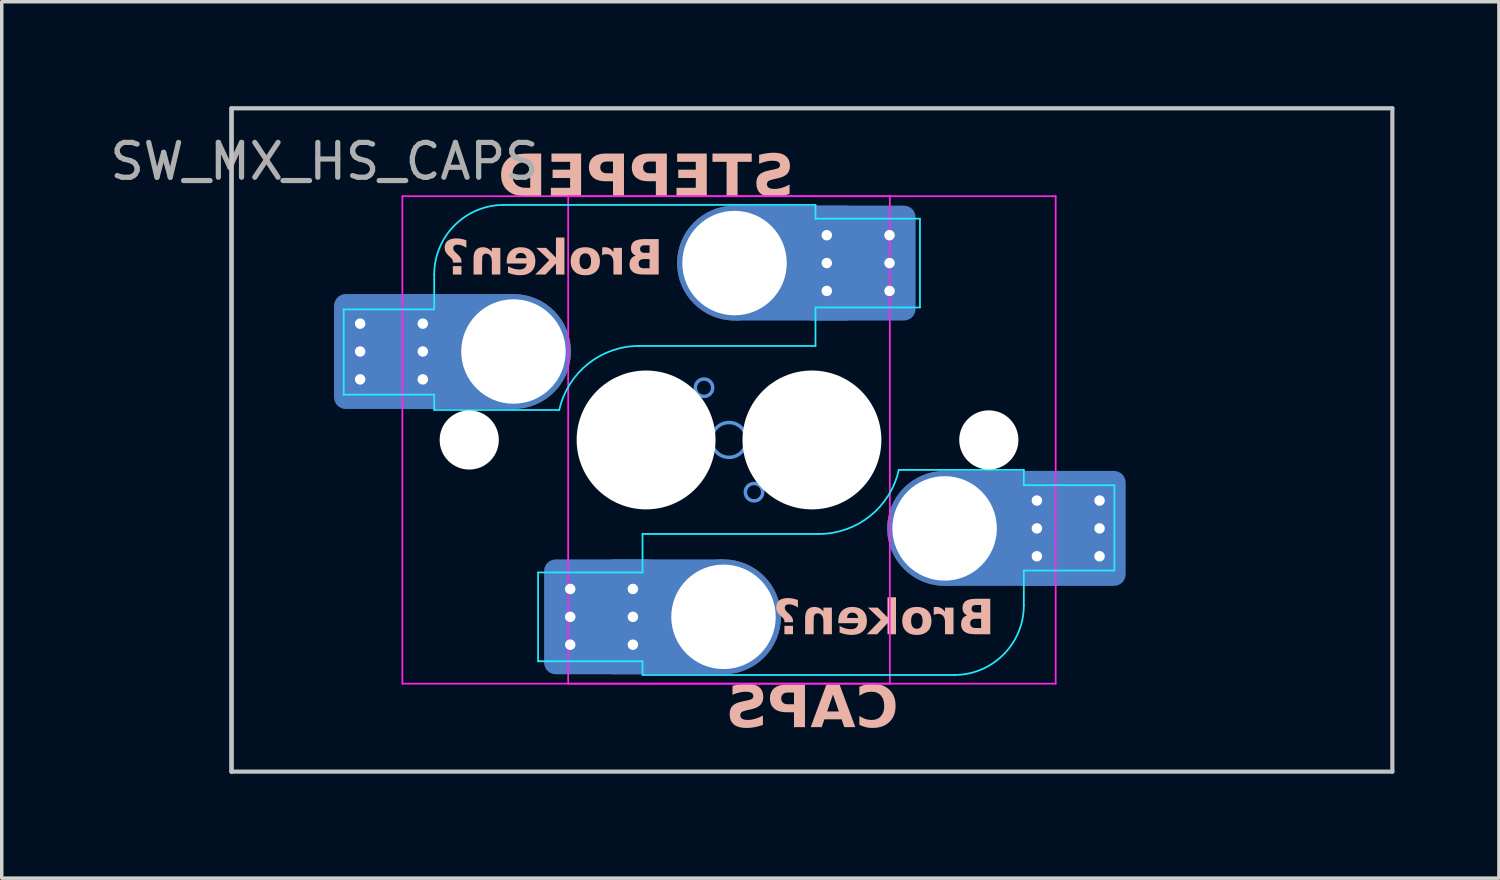
<source format=kicad_pcb>
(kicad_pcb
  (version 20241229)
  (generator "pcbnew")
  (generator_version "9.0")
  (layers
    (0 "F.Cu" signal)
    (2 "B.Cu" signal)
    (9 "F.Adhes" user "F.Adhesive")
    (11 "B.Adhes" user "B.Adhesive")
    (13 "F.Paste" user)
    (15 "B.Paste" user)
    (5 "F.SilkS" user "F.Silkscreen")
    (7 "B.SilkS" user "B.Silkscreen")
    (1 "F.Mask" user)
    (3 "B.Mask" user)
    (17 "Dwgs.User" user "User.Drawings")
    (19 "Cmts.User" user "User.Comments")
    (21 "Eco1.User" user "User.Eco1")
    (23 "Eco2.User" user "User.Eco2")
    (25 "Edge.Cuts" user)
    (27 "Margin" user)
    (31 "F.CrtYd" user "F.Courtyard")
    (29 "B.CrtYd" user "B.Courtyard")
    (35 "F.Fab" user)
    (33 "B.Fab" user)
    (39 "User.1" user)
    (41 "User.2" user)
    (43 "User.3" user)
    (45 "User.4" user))
  (footprint "SW_MX_HS_CAPS"
    (layer "F.Cu")
    (at 20.268 9.585)
    (property "Reference" "SW_MX_HS_CAPS" (at -14 -8 0) (layer "F.Fab") (effects (font (size 1 1) (thickness 0.15))))
    (attr smd)
    (fp_line (start -16.669 -9.525) (end -16.669 9.525) (stroke (width 0.12) (type solid)) (layer "Dwgs.User"))
    (fp_line (start -16.669 -9.525) (end -16.669 9.525) (stroke (width 0.12) (type solid)) (layer "Dwgs.User"))
    (fp_line (start -16.669 9.525) (end 16.669 9.525) (stroke (width 0.12) (type solid)) (layer "Dwgs.User"))
    (fp_line (start 16.669 -9.525) (end -16.669 -9.525) (stroke (width 0.12) (type solid)) (layer "Dwgs.User"))
    (fp_line (start 16.669 9.525) (end 16.669 -9.525) (stroke (width 0.12) (type solid)) (layer "Dwgs.User"))
    (fp_circle (center -3.1 -1.5) (end -3.35 -1.5) (stroke (width 0.1) (type default)) (fill no) (layer "Cmts.User"))
    (fp_circle (center -2.54 5.08) (end -2.54 4.58) (stroke (width 0.1) (type default)) (fill no) (layer "Cmts.User"))
    (fp_circle (center -2.381 0) (end -2.381 -0.5) (stroke (width 0.1) (type default)) (fill no) (layer "Cmts.User"))
    (fp_circle (center -1.663 1.5) (end -1.413 1.5) (stroke (width 0.1) (type default)) (fill no) (layer "Cmts.User"))
    (fp_circle (center 3.81 2.54) (end 3.81 2.04) (stroke (width 0.1) (type default)) (fill no) (layer "Cmts.User"))
    (fp_line (start -11.762 6.5) (end -11.762 -6.5) (stroke (width 0.05) (type solid)) (layer "Eco2.User"))
    (fp_line (start -11.262 -7) (end 1.738 -7) (stroke (width 0.05) (type solid)) (layer "Eco2.User"))
    (fp_line (start -7 6.5) (end -7 -6.5) (stroke (width 0.05) (type solid)) (layer "Eco2.User"))
    (fp_line (start -6.5 -7) (end 6.5 -7) (stroke (width 0.05) (type solid)) (layer "Eco2.User"))
    (fp_line (start 1.738 7) (end -11.262 7) (stroke (width 0.05) (type solid)) (layer "Eco2.User"))
    (fp_line (start 2.237 -6.5) (end 2.237 6.5) (stroke (width 0.05) (type solid)) (layer "Eco2.User"))
    (fp_line (start 6.5 7) (end -6.5 7) (stroke (width 0.05) (type solid)) (layer "Eco2.User"))
    (fp_line (start 7 -6.5) (end 7 6.5) (stroke (width 0.05) (type solid)) (layer "Eco2.User"))
    (fp_arc (start -11.7625 -6.5) (mid -11.616053 -6.853553) (end -11.2625 -7) (stroke (width 0.05) (type solid)) (layer "Eco2.User"))
    (fp_arc (start -11.2625 7) (mid -11.616053 6.853553) (end -11.7625 6.5) (stroke (width 0.05) (type solid)) (layer "Eco2.User"))
    (fp_arc (start -6.997236 -6.498884) (mid -6.850806 -6.852454) (end -6.497236 -6.998884) (stroke (width 0.05) (type solid)) (layer "Eco2.User"))
    (fp_arc (start -6.5 7) (mid -6.853553 6.853553) (end -7 6.5) (stroke (width 0.05) (type solid)) (layer "Eco2.User"))
    (fp_arc (start 1.7375 -7) (mid 2.091053 -6.853553) (end 2.2375 -6.5) (stroke (width 0.05) (type solid)) (layer "Eco2.User"))
    (fp_arc (start 2.234736 6.498884) (mid 2.088306 6.852455) (end 1.734736 6.998884) (stroke (width 0.05) (type solid)) (layer "Eco2.User"))
    (fp_arc (start 6.5 -7) (mid 6.853553 -6.853553) (end 7 -6.5) (stroke (width 0.05) (type solid)) (layer "Eco2.User"))
    (fp_arc (start 7 6.5) (mid 6.853553 6.853553) (end 6.5 7) (stroke (width 0.05) (type solid)) (layer "Eco2.User"))
    (fp_line (start -13.448 -3.75) (end -13.448 -1.3) (stroke (width 0.05) (type solid)) (layer "B.CrtYd"))
    (fp_line (start -13.448 -1.3) (end -10.848 -1.3) (stroke (width 0.05) (type solid)) (layer "B.CrtYd"))
    (fp_line (start -10.848 -3.75) (end -13.448 -3.75) (stroke (width 0.05) (type solid)) (layer "B.CrtYd"))
    (fp_line (start -10.848 -3.75) (end -10.848 -4.75) (stroke (width 0.05) (type solid)) (layer "B.CrtYd"))
    (fp_line (start -10.848 -1.3) (end -10.848 -0.86) (stroke (width 0.05) (type solid)) (layer "B.CrtYd"))
    (fp_line (start -10.848 -0.86) (end -7.257 -0.86) (stroke (width 0.05) (type solid)) (layer "B.CrtYd"))
    (fp_line (start -8.848 -6.75) (end 0.102 -6.75) (stroke (width 0.05) (type solid)) (layer "B.CrtYd"))
    (fp_line (start -7.865 3.805) (end -7.865 6.355) (stroke (width 0.05) (type solid)) (layer "B.CrtYd"))
    (fp_line (start -4.865 2.7) (end 0.2 2.7) (stroke (width 0.05) (type solid)) (layer "B.CrtYd"))
    (fp_line (start -4.865 3.805) (end -7.865 3.805) (stroke (width 0.05) (type solid)) (layer "B.CrtYd"))
    (fp_line (start -4.865 3.805) (end -4.865 2.7) (stroke (width 0.05) (type solid)) (layer "B.CrtYd"))
    (fp_line (start -4.865 6.355) (end -7.865 6.355) (stroke (width 0.05) (type solid)) (layer "B.CrtYd"))
    (fp_line (start -4.865 6.75) (end -4.865 6.355) (stroke (width 0.05) (type solid)) (layer "B.CrtYd"))
    (fp_line (start 0.102 -6.75) (end 0.102 -6.355) (stroke (width 0.05) (type solid)) (layer "B.CrtYd"))
    (fp_line (start 0.102 -6.355) (end 3.102 -6.355) (stroke (width 0.05) (type solid)) (layer "B.CrtYd"))
    (fp_line (start 0.102 -3.805) (end 0.102 -2.7) (stroke (width 0.05) (type solid)) (layer "B.CrtYd"))
    (fp_line (start 0.102 -3.805) (end 3.102 -3.805) (stroke (width 0.05) (type solid)) (layer "B.CrtYd"))
    (fp_line (start 0.102 -2.7) (end -4.963 -2.7) (stroke (width 0.05) (type solid)) (layer "B.CrtYd"))
    (fp_line (start 3.102 -3.805) (end 3.102 -6.355) (stroke (width 0.05) (type solid)) (layer "B.CrtYd"))
    (fp_line (start 4.085 6.75) (end -4.865 6.75) (stroke (width 0.05) (type solid)) (layer "B.CrtYd"))
    (fp_line (start 6.085 0.86) (end 2.494 0.86) (stroke (width 0.05) (type solid)) (layer "B.CrtYd"))
    (fp_line (start 6.085 1.3) (end 6.085 0.86) (stroke (width 0.05) (type solid)) (layer "B.CrtYd"))
    (fp_line (start 6.085 3.75) (end 6.085 4.75) (stroke (width 0.05) (type solid)) (layer "B.CrtYd"))
    (fp_line (start 6.085 3.75) (end 8.685 3.75) (stroke (width 0.05) (type solid)) (layer "B.CrtYd"))
    (fp_line (start 8.685 1.3) (end 6.085 1.3) (stroke (width 0.05) (type solid)) (layer "B.CrtYd"))
    (fp_line (start 8.685 3.75) (end 8.685 1.3) (stroke (width 0.05) (type solid)) (layer "B.CrtYd"))
    (fp_arc (start -10.847676 -4.75022) (mid -10.26189 -6.164434) (end -8.847676 -6.75022) (stroke (width 0.05) (type solid)) (layer "B.CrtYd"))
    (fp_arc (start -7.256822 -0.86022) (mid -6.433003 -2.183399) (end -4.9625 -2.70022) (stroke (width 0.05) (type solid)) (layer "B.CrtYd"))
    (fp_arc (start 2.494322 0.86022) (mid 1.670503 2.183399) (end 0.2 2.70022) (stroke (width 0.05) (type solid)) (layer "B.CrtYd"))
    (fp_arc (start 6.085176 4.75022) (mid 5.49939 6.164434) (end 4.085176 6.75022) (stroke (width 0.05) (type solid)) (layer "B.CrtYd"))
    (fp_line (start -11.762 -7) (end -11.762 7) (stroke (width 0.05) (type solid)) (layer "F.CrtYd"))
    (fp_line (start -11.762 7) (end 2.237 7) (stroke (width 0.05) (type solid)) (layer "F.CrtYd"))
    (fp_line (start -7 -7) (end -7 7) (stroke (width 0.05) (type solid)) (layer "F.CrtYd"))
    (fp_line (start -7 7) (end 7 7) (stroke (width 0.05) (type solid)) (layer "F.CrtYd"))
    (fp_line (start 2.237 -7) (end -11.762 -7) (stroke (width 0.05) (type solid)) (layer "F.CrtYd"))
    (fp_line (start 2.237 7) (end 2.237 -7) (stroke (width 0.05) (type solid)) (layer "F.CrtYd"))
    (fp_line (start 7 -7) (end -7 -7) (stroke (width 0.05) (type solid)) (layer "F.CrtYd"))
    (fp_line (start 7 7) (end 7 -7) (stroke (width 0.05) (type solid)) (layer "F.CrtYd"))
    (fp_text user "CAPS" (at 0 7.75 0) (layer "B.SilkS") (effects (font (face "Hitmo2.0") (size 1.2 1.2) (thickness 0.24) (bold yes)) (justify mirror)))
    (fp_text user "Broken?" (at -4.272 -4.58 0) (unlocked yes) (layer "B.SilkS") (effects (font (face "Hitmo2.0") (size 1 1) (thickness 0.25) (bold yes)) (justify left bottom mirror)))
    (fp_text user "Broken?" (at 5.25 5.75 0) (unlocked yes) (layer "B.SilkS") (effects (font (face "Hitmo2.0") (size 1 1) (thickness 0.25) (bold yes)) (justify left bottom mirror)))
    (fp_text user "STEPPED" (at -4.763 -7.5 0) (layer "B.SilkS") (effects (font (face "Hitmo2.0") (size 1.2 1.2) (thickness 0.24) (bold yes)) (justify mirror)))
    (pad "" np_thru_hole circle (at -9.842 0) (size 1.7 1.7) (drill 1.7) (layers "*.Cu" "*.Mask"))
    (pad "" np_thru_hole circle (at -4.763 0) (size 3.988 3.988) (drill 3.988) (layers "*.Cu" "*.Mask"))
    (pad "" np_thru_hole circle (at 0 0 180) (size 3.988 3.988) (drill 3.988) (layers "*.Cu" "*.Mask"))
    (pad "" np_thru_hole circle (at 5.08 0 180) (size 1.7 1.7) (drill 1.7) (layers "*.Cu" "*.Mask"))
    (pad "1" thru_hole circle (at -12.975 -3.34 180) (size 0.6 0.6) (drill 0.3) (layers "*.Cu"))
    (pad "1" thru_hole circle (at -12.975 -2.54 180) (size 0.6 0.6) (drill 0.3) (layers "*.Cu"))
    (pad "1" thru_hole circle (at -12.975 -1.74 180) (size 0.6 0.6) (drill 0.3) (layers "*.Cu"))
    (pad "1" smd roundrect (at -12.325 -2.54 180) (size 2.5 3) (layers "B.Cu" "B.Mask" "B.Paste") (roundrect_rratio 0.1))
    (pad "1" smd roundrect (at -12.075 -2.54 180) (size 3.3 3.3) (layers "B.Cu") (roundrect_rratio 0.1))
    (pad "1" thru_hole circle (at -11.175 -3.34 180) (size 0.6 0.6) (drill 0.3) (layers "*.Cu"))
    (pad "1" thru_hole circle (at -11.175 -2.54 180) (size 0.6 0.6) (drill 0.3) (layers "*.Cu"))
    (pad "1" thru_hole circle (at -11.175 -1.74 180) (size 0.6 0.6) (drill 0.3) (layers "*.Cu"))
    (pad "1" smd rect (at -10.186 -2.54 180) (size 3.226 3.3) (layers "B.Cu"))
    (pad "1" thru_hole circle (at -8.572 -2.54 180) (size 3 3) (drill 3) (layers "*.Cu" "*.Mask"))
    (pad "1" smd circle (at -8.572 -2.54 180) (size 3.3 3.3) (layers "F.Cu"))
    (pad "1" smd circle (at -8.572 -2.54 180) (size 3.3 3.3) (layers "B.Cu"))
    (pad "1" thru_hole circle (at -6.942 4.28 180) (size 0.6 0.6) (drill 0.3) (layers "*.Cu"))
    (pad "1" thru_hole circle (at -6.942 5.08 180) (size 0.6 0.6) (drill 0.3) (layers "*.Cu"))
    (pad "1" thru_hole circle (at -6.942 5.88 180) (size 0.6 0.6) (drill 0.3) (layers "*.Cu"))
    (pad "1" smd roundrect (at -6.292 5.08 180) (size 2.5 3) (layers "B.Cu" "B.Mask" "B.Paste") (roundrect_rratio 0.1))
    (pad "1" smd roundrect (at -6.042 5.08 180) (size 3.3 3.3) (layers "B.Cu") (roundrect_rratio 0.1))
    (pad "1" thru_hole circle (at -5.142 4.28 180) (size 0.6 0.6) (drill 0.3) (layers "*.Cu"))
    (pad "1" thru_hole circle (at -5.142 5.08 180) (size 0.6 0.6) (drill 0.3) (layers "*.Cu"))
    (pad "1" thru_hole circle (at -5.142 5.88 180) (size 0.6 0.6) (drill 0.3) (layers "*.Cu"))
    (pad "1" smd rect (at -4.153 5.08 180) (size 3.226 3.3) (layers "B.Cu"))
    (pad "1" thru_hole circle (at -2.54 5.08 180) (size 3 3) (drill 3) (layers "*.Cu" "*.Mask"))
    (pad "1" smd circle (at -2.54 5.08 180) (size 3.3 3.3) (layers "F.Cu"))
    (pad "1" smd circle (at -2.54 5.08 180) (size 3.3 3.3) (layers "B.Cu"))
    (pad "2" thru_hole circle (at -2.223 -5.08) (size 3 3) (drill 3) (layers "*.Cu" "*.Mask"))
    (pad "2" smd circle (at -2.223 -5.08 180) (size 3.3 3.3) (layers "F.Cu"))
    (pad "2" smd circle (at -2.223 -5.08 180) (size 3.3 3.3) (layers "B.Cu"))
    (pad "2" smd rect (at -0.562 -5.08) (size 3.226 3.3) (layers "B.Cu"))
    (pad "2" thru_hole circle (at 0.427 -5.88) (size 0.6 0.6) (drill 0.3) (layers "*.Cu"))
    (pad "2" thru_hole circle (at 0.427 -5.08) (size 0.6 0.6) (drill 0.3) (layers "*.Cu"))
    (pad "2" thru_hole circle (at 0.427 -4.28) (size 0.6 0.6) (drill 0.3) (layers "*.Cu"))
    (pad "2" smd roundrect (at 1.327 -5.08) (size 3.3 3.3) (layers "B.Cu") (roundrect_rratio 0.1))
    (pad "2" smd roundrect (at 1.577 -5.08) (size 2.5 3) (layers "B.Cu" "B.Mask" "B.Paste") (roundrect_rratio 0.1))
    (pad "2" thru_hole circle (at 2.228 -5.88) (size 0.6 0.6) (drill 0.3) (layers "*.Cu"))
    (pad "2" thru_hole circle (at 2.228 -5.08) (size 0.6 0.6) (drill 0.3) (layers "*.Cu"))
    (pad "2" thru_hole circle (at 2.228 -4.28) (size 0.6 0.6) (drill 0.3) (layers "*.Cu"))
    (pad "2" thru_hole circle (at 3.81 2.54) (size 3 3) (drill 3) (layers "*.Cu" "*.Mask"))
    (pad "2" smd circle (at 3.81 2.54 180) (size 3.3 3.3) (layers "F.Cu"))
    (pad "2" smd circle (at 3.81 2.54 180) (size 3.3 3.3) (layers "B.Cu"))
    (pad "2" smd rect (at 5.471 2.54) (size 3.226 3.3) (layers "B.Cu"))
    (pad "2" thru_hole circle (at 6.46 1.74) (size 0.6 0.6) (drill 0.3) (layers "*.Cu"))
    (pad "2" thru_hole circle (at 6.46 2.54) (size 0.6 0.6) (drill 0.3) (layers "*.Cu"))
    (pad "2" thru_hole circle (at 6.46 3.34) (size 0.6 0.6) (drill 0.3) (layers "*.Cu"))
    (pad "2" smd roundrect (at 7.36 2.54) (size 3.3 3.3) (layers "B.Cu") (roundrect_rratio 0.1))
    (pad "2" smd roundrect (at 7.61 2.54) (size 2.5 3) (layers "B.Cu" "B.Mask" "B.Paste") (roundrect_rratio 0.1))
    (pad "2" thru_hole circle (at 8.26 1.74) (size 0.6 0.6) (drill 0.3) (layers "*.Cu"))
    (pad "2" thru_hole circle (at 8.26 2.54) (size 0.6 0.6) (drill 0.3) (layers "*.Cu"))
    (pad "2" thru_hole circle (at 8.26 3.34) (size 0.6 0.6) (drill 0.3) (layers "*.Cu")))
  (gr_rect
    (start -3 -3)
    (end 39.997 22.17)
    (stroke (width 0.1) (type default))
    (fill no)
    (layer "Edge.Cuts")))
</source>
